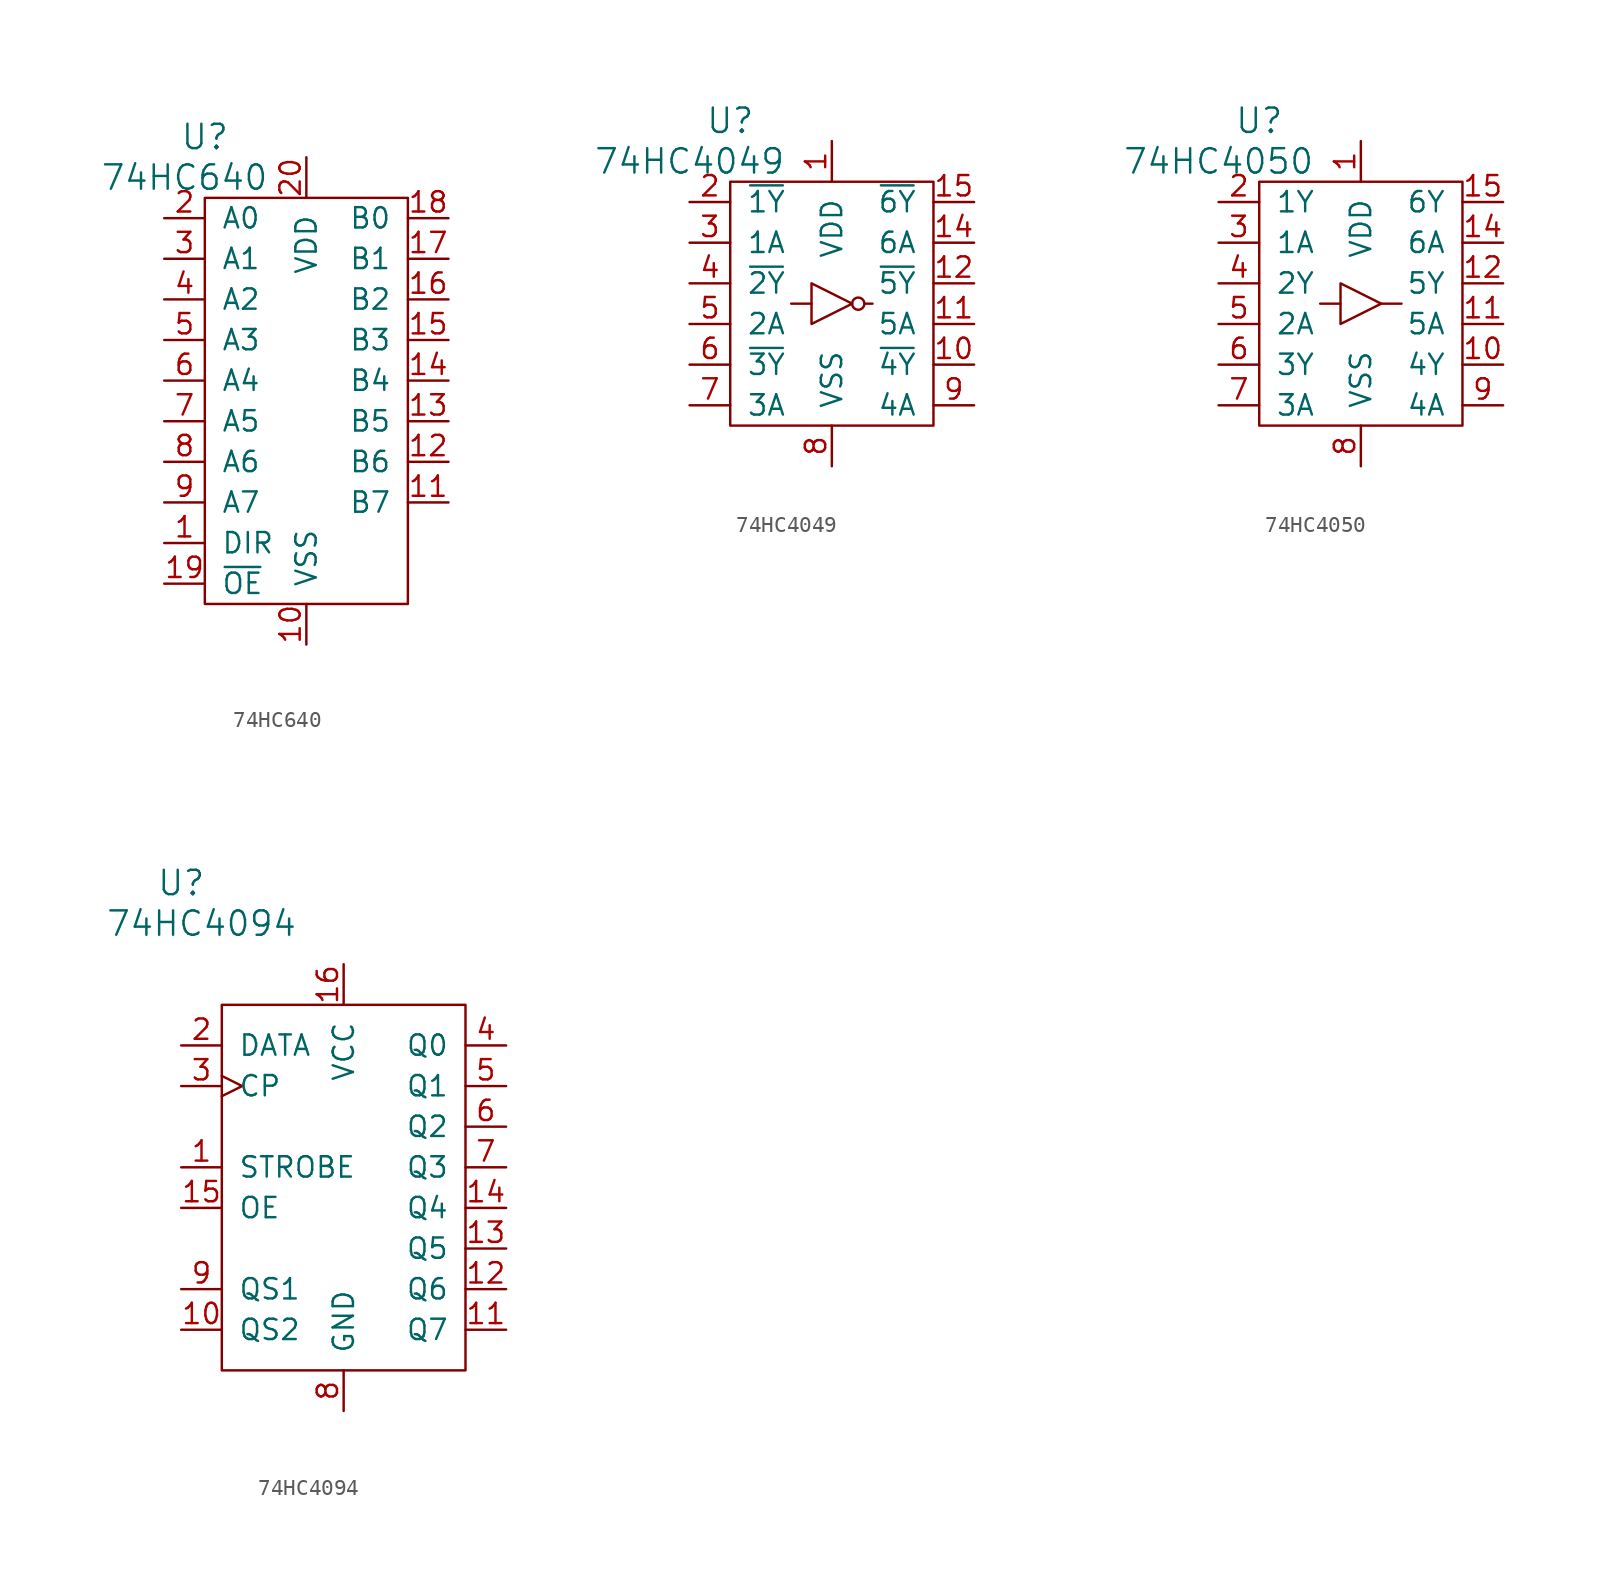
<source format=kicad_sym>
(kicad_symbol_lib
  (version 20220914)
  (generator kicad_symbol_editor)
  (symbol "74HC640"
    (pin_names
      (offset 1.016))
    (property "Reference" "U"
      (at -6.35 16.51 0)
      (effects (font (size 1.524 1.524))))
    (property "Value" "74HC640"
      (at -7.62 13.97 0)
      (effects (font (size 1.524 1.524))))
    (property "Footprint" ""
      (at 0 0 0)
      (effects (font (size 1.524 1.524))))
    (property "Datasheet" ""
      (at 0 0 0)
      (effects (font (size 1.524 1.524))))
    (symbol "74HC640_0_1"
      (rectangle (start 6.35 12.7) (end -6.35 -12.7) (stroke (width 0) (type solid)) (fill (type none))))
    (symbol "74HC640_1_1"
      (pin passive line (at -8.89 -8.89 0) (length 2.54) (name "DIR" (effects (font (size 1.27 1.27)))) (number "1" (effects (font (size 1.27 1.27)))))
      (pin passive line (at 0 -15.24 90) (length 2.54) (name "VSS" (effects (font (size 1.27 1.27)))) (number "10" (effects (font (size 1.27 1.27)))))
      (pin passive line (at 8.89 -6.35 180) (length 2.54) (name "B7" (effects (font (size 1.27 1.27)))) (number "11" (effects (font (size 1.27 1.27)))))
      (pin passive line (at 8.89 -3.81 180) (length 2.54) (name "B6" (effects (font (size 1.27 1.27)))) (number "12" (effects (font (size 1.27 1.27)))))
      (pin passive line (at 8.89 -1.27 180) (length 2.54) (name "B5" (effects (font (size 1.27 1.27)))) (number "13" (effects (font (size 1.27 1.27)))))
      (pin passive line (at 8.89 1.27 180) (length 2.54) (name "B4" (effects (font (size 1.27 1.27)))) (number "14" (effects (font (size 1.27 1.27)))))
      (pin passive line (at 8.89 3.81 180) (length 2.54) (name "B3" (effects (font (size 1.27 1.27)))) (number "15" (effects (font (size 1.27 1.27)))))
      (pin passive line (at 8.89 6.35 180) (length 2.54) (name "B2" (effects (font (size 1.27 1.27)))) (number "16" (effects (font (size 1.27 1.27)))))
      (pin passive line (at 8.89 8.89 180) (length 2.54) (name "B1" (effects (font (size 1.27 1.27)))) (number "17" (effects (font (size 1.27 1.27)))))
      (pin passive line (at 8.89 11.43 180) (length 2.54) (name "B0" (effects (font (size 1.27 1.27)))) (number "18" (effects (font (size 1.27 1.27)))))
      (pin passive line (at -8.89 -11.43 0) (length 2.54) (name "~{OE}" (effects (font (size 1.27 1.27)))) (number "19" (effects (font (size 1.27 1.27)))))
      (pin passive line (at -8.89 11.43 0) (length 2.54) (name "A0" (effects (font (size 1.27 1.27)))) (number "2" (effects (font (size 1.27 1.27)))))
      (pin passive line (at 0 15.24 270) (length 2.54) (name "VDD" (effects (font (size 1.27 1.27)))) (number "20" (effects (font (size 1.27 1.27)))))
      (pin passive line (at -8.89 8.89 0) (length 2.54) (name "A1" (effects (font (size 1.27 1.27)))) (number "3" (effects (font (size 1.27 1.27)))))
      (pin passive line (at -8.89 6.35 0) (length 2.54) (name "A2" (effects (font (size 1.27 1.27)))) (number "4" (effects (font (size 1.27 1.27)))))
      (pin passive line (at -8.89 3.81 0) (length 2.54) (name "A3" (effects (font (size 1.27 1.27)))) (number "5" (effects (font (size 1.27 1.27)))))
      (pin passive line (at -8.89 1.27 0) (length 2.54) (name "A4" (effects (font (size 1.27 1.27)))) (number "6" (effects (font (size 1.27 1.27)))))
      (pin passive line (at -8.89 -1.27 0) (length 2.54) (name "A5" (effects (font (size 1.27 1.27)))) (number "7" (effects (font (size 1.27 1.27)))))
      (pin passive line (at -8.89 -3.81 0) (length 2.54) (name "A6" (effects (font (size 1.27 1.27)))) (number "8" (effects (font (size 1.27 1.27)))))
      (pin passive line (at -8.89 -6.35 0) (length 2.54) (name "A7" (effects (font (size 1.27 1.27)))) (number "9" (effects (font (size 1.27 1.27)))))))
  (symbol "74HC4049"
    (pin_names
      (offset 1.016))
    (property "Reference" "U"
      (at -6.35 11.43 0)
      (effects (font (size 1.524 1.524))))
    (property "Value" "74HC4049"
      (at -8.89 8.89 0)
      (effects (font (size 1.524 1.524))))
    (property "Footprint" ""
      (at 0 0 0)
      (effects (font (size 1.524 1.524))))
    (property "Datasheet" ""
      (at 0 0 0)
      (effects (font (size 1.524 1.524))))
    (symbol "74HC4049_0_1"
      (rectangle (start -6.35 7.62) (end 6.35 -7.62) (stroke (width 0) (type solid)) (fill (type none)))
      (polyline (pts (xy 2.032 0) (xy 2.54 0)) (stroke (width 0) (type solid)) (fill (type none)))
      (polyline (pts (xy -2.54 0) (xy -1.27 0) (xy -1.27 0)) (stroke (width 0) (type solid)) (fill (type none)))
      (polyline (pts (xy -1.27 1.27) (xy -1.27 -1.27) (xy 1.27 0) (xy -1.27 1.27)) (stroke (width 0) (type solid)) (fill (type none)))
      (circle (center 1.651 0) (radius 0.381) (stroke (width 0) (type solid)) (fill (type none))))
    (symbol "74HC4049_1_1"
      (pin passive line (at 0 10.16 270) (length 2.54) (name "VDD" (effects (font (size 1.27 1.27)))) (number "1" (effects (font (size 1.27 1.27)))))
      (pin passive line (at 8.89 -3.81 180) (length 2.54) (name "~{4Y}" (effects (font (size 1.27 1.27)))) (number "10" (effects (font (size 1.27 1.27)))))
      (pin passive line (at 8.89 -1.27 180) (length 2.54) (name "5A" (effects (font (size 1.27 1.27)))) (number "11" (effects (font (size 1.27 1.27)))))
      (pin passive line (at 8.89 1.27 180) (length 2.54) (name "~{5Y}" (effects (font (size 1.27 1.27)))) (number "12" (effects (font (size 1.27 1.27)))))
      (pin passive line (at 8.89 3.81 180) (length 2.54) (name "6A" (effects (font (size 1.27 1.27)))) (number "14" (effects (font (size 1.27 1.27)))))
      (pin passive line (at 8.89 6.35 180) (length 2.54) (name "~{6Y}" (effects (font (size 1.27 1.27)))) (number "15" (effects (font (size 1.27 1.27)))))
      (pin passive line (at -8.89 6.35 0) (length 2.54) (name "~{1Y}" (effects (font (size 1.27 1.27)))) (number "2" (effects (font (size 1.27 1.27)))))
      (pin passive line (at -8.89 3.81 0) (length 2.54) (name "1A" (effects (font (size 1.27 1.27)))) (number "3" (effects (font (size 1.27 1.27)))))
      (pin passive line (at -8.89 1.27 0) (length 2.54) (name "~{2Y}" (effects (font (size 1.27 1.27)))) (number "4" (effects (font (size 1.27 1.27)))))
      (pin passive line (at -8.89 -1.27 0) (length 2.54) (name "2A" (effects (font (size 1.27 1.27)))) (number "5" (effects (font (size 1.27 1.27)))))
      (pin passive line (at -8.89 -3.81 0) (length 2.54) (name "~{3Y}" (effects (font (size 1.27 1.27)))) (number "6" (effects (font (size 1.27 1.27)))))
      (pin passive line (at -8.89 -6.35 0) (length 2.54) (name "3A" (effects (font (size 1.27 1.27)))) (number "7" (effects (font (size 1.27 1.27)))))
      (pin passive line (at 0 -10.16 90) (length 2.54) (name "VSS" (effects (font (size 1.27 1.27)))) (number "8" (effects (font (size 1.27 1.27)))))
      (pin passive line (at 8.89 -6.35 180) (length 2.54) (name "4A" (effects (font (size 1.27 1.27)))) (number "9" (effects (font (size 1.27 1.27)))))))
  (symbol "74HC4050"
    (pin_names
      (offset 1.016))
    (property "Reference" "U"
      (at -6.35 11.43 0)
      (effects (font (size 1.524 1.524))))
    (property "Value" "74HC4050"
      (at -8.89 8.89 0)
      (effects (font (size 1.524 1.524))))
    (property "Footprint" ""
      (at 0 0 0)
      (effects (font (size 1.524 1.524))))
    (property "Datasheet" ""
      (at 0 0 0)
      (effects (font (size 1.524 1.524))))
    (symbol "74HC4050_0_1"
      (rectangle (start -6.35 7.62) (end 6.35 -7.62) (stroke (width 0) (type solid)) (fill (type none)))
      (polyline (pts (xy -2.54 0) (xy -1.27 0) (xy -1.27 0)) (stroke (width 0) (type solid)) (fill (type none)))
      (polyline (pts (xy 1.27 0) (xy 2.54 0) (xy 2.54 0)) (stroke (width 0) (type solid)) (fill (type none)))
      (polyline (pts (xy -1.27 1.27) (xy -1.27 -1.27) (xy 1.27 0) (xy -1.27 1.27)) (stroke (width 0) (type solid)) (fill (type none))))
    (symbol "74HC4050_1_1"
      (pin passive line (at 0 10.16 270) (length 2.54) (name "VDD" (effects (font (size 1.27 1.27)))) (number "1" (effects (font (size 1.27 1.27)))))
      (pin passive line (at 8.89 -3.81 180) (length 2.54) (name "4Y" (effects (font (size 1.27 1.27)))) (number "10" (effects (font (size 1.27 1.27)))))
      (pin passive line (at 8.89 -1.27 180) (length 2.54) (name "5A" (effects (font (size 1.27 1.27)))) (number "11" (effects (font (size 1.27 1.27)))))
      (pin passive line (at 8.89 1.27 180) (length 2.54) (name "5Y" (effects (font (size 1.27 1.27)))) (number "12" (effects (font (size 1.27 1.27)))))
      (pin passive line (at 8.89 3.81 180) (length 2.54) (name "6A" (effects (font (size 1.27 1.27)))) (number "14" (effects (font (size 1.27 1.27)))))
      (pin passive line (at 8.89 6.35 180) (length 2.54) (name "6Y" (effects (font (size 1.27 1.27)))) (number "15" (effects (font (size 1.27 1.27)))))
      (pin passive line (at -8.89 6.35 0) (length 2.54) (name "1Y" (effects (font (size 1.27 1.27)))) (number "2" (effects (font (size 1.27 1.27)))))
      (pin passive line (at -8.89 3.81 0) (length 2.54) (name "1A" (effects (font (size 1.27 1.27)))) (number "3" (effects (font (size 1.27 1.27)))))
      (pin passive line (at -8.89 1.27 0) (length 2.54) (name "2Y" (effects (font (size 1.27 1.27)))) (number "4" (effects (font (size 1.27 1.27)))))
      (pin passive line (at -8.89 -1.27 0) (length 2.54) (name "2A" (effects (font (size 1.27 1.27)))) (number "5" (effects (font (size 1.27 1.27)))))
      (pin passive line (at -8.89 -3.81 0) (length 2.54) (name "3Y" (effects (font (size 1.27 1.27)))) (number "6" (effects (font (size 1.27 1.27)))))
      (pin passive line (at -8.89 -6.35 0) (length 2.54) (name "3A" (effects (font (size 1.27 1.27)))) (number "7" (effects (font (size 1.27 1.27)))))
      (pin passive line (at 0 -10.16 90) (length 2.54) (name "VSS" (effects (font (size 1.27 1.27)))) (number "8" (effects (font (size 1.27 1.27)))))
      (pin passive line (at 8.89 -6.35 180) (length 2.54) (name "4A" (effects (font (size 1.27 1.27)))) (number "9" (effects (font (size 1.27 1.27)))))))
  (symbol "74HC4094"
    (pin_names
      (offset 1.016))
    (property "Reference" "U"
      (at -10.16 19.05 0)
      (effects (font (size 1.524 1.524))))
    (property "Value" "74HC4094"
      (at -8.89 16.51 0)
      (effects (font (size 1.524 1.524))))
    (property "Footprint" ""
      (at 0 0 0)
      (effects (font (size 1.524 1.524))))
    (property "Datasheet" ""
      (at 0 0 0)
      (effects (font (size 1.524 1.524))))
    (symbol "74HC4094_0_1"
      (rectangle (start 7.62 11.43) (end -7.62 -11.43) (stroke (width 0) (type solid)) (fill (type none))))
    (symbol "74HC4094_1_1"
      (pin input line (at -10.16 1.27 0) (length 2.54) (name "STROBE" (effects (font (size 1.27 1.27)))) (number "1" (effects (font (size 1.27 1.27)))))
      (pin passive line (at -10.16 -8.89 0) (length 2.54) (name "QS2" (effects (font (size 1.27 1.27)))) (number "10" (effects (font (size 1.27 1.27)))))
      (pin passive line (at 10.16 -8.89 180) (length 2.54) (name "Q7" (effects (font (size 1.27 1.27)))) (number "11" (effects (font (size 1.27 1.27)))))
      (pin passive line (at 10.16 -6.35 180) (length 2.54) (name "Q6" (effects (font (size 1.27 1.27)))) (number "12" (effects (font (size 1.27 1.27)))))
      (pin passive line (at 10.16 -3.81 180) (length 2.54) (name "Q5" (effects (font (size 1.27 1.27)))) (number "13" (effects (font (size 1.27 1.27)))))
      (pin passive line (at 10.16 -1.27 180) (length 2.54) (name "Q4" (effects (font (size 1.27 1.27)))) (number "14" (effects (font (size 1.27 1.27)))))
      (pin passive line (at -10.16 -1.27 0) (length 2.54) (name "OE" (effects (font (size 1.27 1.27)))) (number "15" (effects (font (size 1.27 1.27)))))
      (pin power_in line (at 0 13.97 270) (length 2.54) (name "VCC" (effects (font (size 1.27 1.27)))) (number "16" (effects (font (size 1.27 1.27)))))
      (pin input line (at -10.16 8.89 0) (length 2.54) (name "DATA" (effects (font (size 1.27 1.27)))) (number "2" (effects (font (size 1.27 1.27)))))
      (pin input clock (at -10.16 6.35 0) (length 2.54) (name "CP" (effects (font (size 1.27 1.27)))) (number "3" (effects (font (size 1.27 1.27)))))
      (pin passive line (at 10.16 8.89 180) (length 2.54) (name "Q0" (effects (font (size 1.27 1.27)))) (number "4" (effects (font (size 1.27 1.27)))))
      (pin passive line (at 10.16 6.35 180) (length 2.54) (name "Q1" (effects (font (size 1.27 1.27)))) (number "5" (effects (font (size 1.27 1.27)))))
      (pin passive line (at 10.16 3.81 180) (length 2.54) (name "Q2" (effects (font (size 1.27 1.27)))) (number "6" (effects (font (size 1.27 1.27)))))
      (pin passive line (at 10.16 1.27 180) (length 2.54) (name "Q3" (effects (font (size 1.27 1.27)))) (number "7" (effects (font (size 1.27 1.27)))))
      (pin power_in line (at 0 -13.97 90) (length 2.54) (name "GND" (effects (font (size 1.27 1.27)))) (number "8" (effects (font (size 1.27 1.27)))))
      (pin passive line (at -10.16 -6.35 0) (length 2.54) (name "QS1" (effects (font (size 1.27 1.27)))) (number "9" (effects (font (size 1.27 1.27))))))))
</source>
